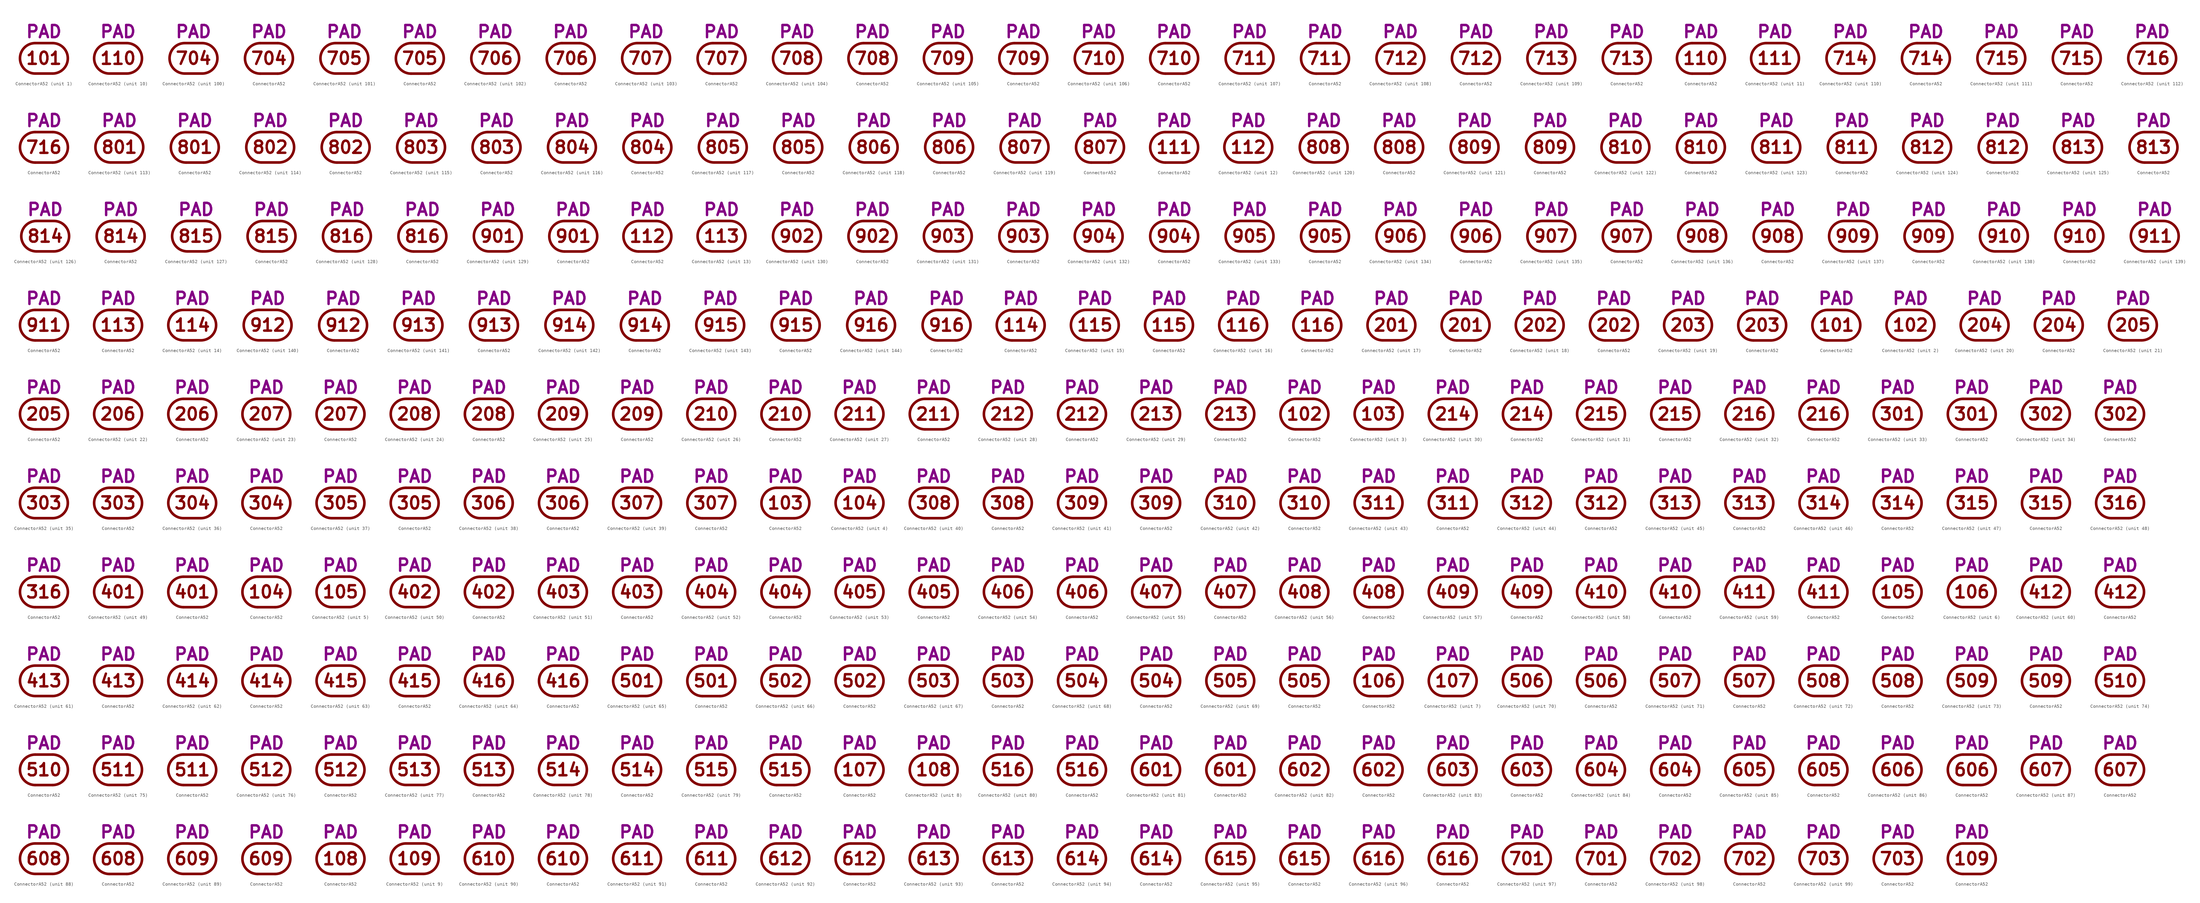
<source format=kicad_sym>
(kicad_symbol_lib
  (version 20211014)
  (generator kicad_symbol_editor)
  (symbol "ConnectorA52"
    (pin_numbers hide)
    (pin_names
      (offset 0) hide)
    (property "Reference" "J"
      (at 0 8.255 0)
      (effects (font (size 3.556 3.556)) hide))
    (property "Caption" "PAD"
      (at 0 5.715 0)
      (effects (font (size 3.556 3.556) bold) (justify bottom)))
    (property "ki_locked" ""
      (at 0 0 0)
      (effects (font (size 1.27 1.27))))
    (symbol "ConnectorA52_0_0"
      (arc (start -2.54 4.445) (mid -6.985 0) (end -2.54 -4.445) (stroke (width 0.762) (type default) (color 0 0 0 0)) (fill (type none)))
      (polyline (pts (xy -2.54 -4.445) (xy 2.54 -4.445)) (stroke (width 0.762) (type default) (color 0 0 0 0)) (fill (type none)))
      (polyline (pts (xy -2.54 4.445) (xy 2.54 4.445)) (stroke (width 0.762) (type default) (color 0 0 0 0)) (fill (type none)))
      (arc (start 2.54 -4.445) (mid 6.985 0) (end 2.54 4.445) (stroke (width 0.762) (type default) (color 0 0 0 0)) (fill (type none))))
    (symbol "ConnectorA52_1_0"
      (text "101" (at 0 0 0) (effects (font (size 3.556 3.556) bold))))
    (symbol "ConnectorA52_1_1"
      (pin passive line (at 6.985 0 180) (length 0) (name "101" (effects (font (size 3.556 3.556)))) (number "101" (effects (font (size 3.556 3.556))))))
    (symbol "ConnectorA52_1_2"
      (pin passive line (at 0 4.445 270) (length 0) (name "101" (effects (font (size 3.556 3.556)))) (number "101" (effects (font (size 3.556 3.556))))))
    (symbol "ConnectorA52_2_0"
      (text "102" (at 0 0 0) (effects (font (size 3.556 3.556) bold))))
    (symbol "ConnectorA52_2_1"
      (pin passive line (at 6.985 0 180) (length 0) (name "102" (effects (font (size 3.556 3.556)))) (number "102" (effects (font (size 3.556 3.556))))))
    (symbol "ConnectorA52_2_2"
      (pin passive line (at 0 4.445 270) (length 0) (name "102" (effects (font (size 3.556 3.556)))) (number "102" (effects (font (size 3.556 3.556))))))
    (symbol "ConnectorA52_3_0"
      (text "103" (at 0 0 0) (effects (font (size 3.556 3.556) bold))))
    (symbol "ConnectorA52_3_1"
      (pin passive line (at 6.985 0 180) (length 0) (name "103" (effects (font (size 3.556 3.556)))) (number "103" (effects (font (size 3.556 3.556))))))
    (symbol "ConnectorA52_3_2"
      (pin passive line (at 0 4.445 270) (length 0) (name "103" (effects (font (size 3.556 3.556)))) (number "103" (effects (font (size 3.556 3.556))))))
    (symbol "ConnectorA52_4_0"
      (text "104" (at 0 0 0) (effects (font (size 3.556 3.556) bold))))
    (symbol "ConnectorA52_4_1"
      (pin passive line (at 6.985 0 180) (length 0) (name "104" (effects (font (size 3.556 3.556)))) (number "104" (effects (font (size 3.556 3.556))))))
    (symbol "ConnectorA52_4_2"
      (pin passive line (at 0 4.445 270) (length 0) (name "104" (effects (font (size 3.556 3.556)))) (number "104" (effects (font (size 3.556 3.556))))))
    (symbol "ConnectorA52_5_0"
      (text "105" (at 0 0 0) (effects (font (size 3.556 3.556) bold))))
    (symbol "ConnectorA52_5_1"
      (pin passive line (at 6.985 0 180) (length 0) (name "105" (effects (font (size 3.556 3.556)))) (number "105" (effects (font (size 3.556 3.556))))))
    (symbol "ConnectorA52_5_2"
      (pin passive line (at 0 4.445 270) (length 0) (name "105" (effects (font (size 3.556 3.556)))) (number "105" (effects (font (size 3.556 3.556))))))
    (symbol "ConnectorA52_6_0"
      (text "106" (at 0 0 0) (effects (font (size 3.556 3.556) bold))))
    (symbol "ConnectorA52_6_1"
      (pin passive line (at 6.985 0 180) (length 0) (name "106" (effects (font (size 3.556 3.556)))) (number "106" (effects (font (size 3.556 3.556))))))
    (symbol "ConnectorA52_6_2"
      (pin passive line (at 0 4.445 270) (length 0) (name "106" (effects (font (size 3.556 3.556)))) (number "106" (effects (font (size 3.556 3.556))))))
    (symbol "ConnectorA52_7_0"
      (text "107" (at 0 0 0) (effects (font (size 3.556 3.556) bold))))
    (symbol "ConnectorA52_7_1"
      (pin passive line (at 6.985 0 180) (length 0) (name "107" (effects (font (size 3.556 3.556)))) (number "107" (effects (font (size 3.556 3.556))))))
    (symbol "ConnectorA52_7_2"
      (pin passive line (at 0 4.445 270) (length 0) (name "107" (effects (font (size 3.556 3.556)))) (number "107" (effects (font (size 3.556 3.556))))))
    (symbol "ConnectorA52_8_0"
      (text "108" (at 0 0 0) (effects (font (size 3.556 3.556) bold))))
    (symbol "ConnectorA52_8_1"
      (pin passive line (at 6.985 0 180) (length 0) (name "108" (effects (font (size 3.556 3.556)))) (number "108" (effects (font (size 3.556 3.556))))))
    (symbol "ConnectorA52_8_2"
      (pin passive line (at 0 4.445 270) (length 0) (name "108" (effects (font (size 3.556 3.556)))) (number "108" (effects (font (size 3.556 3.556))))))
    (symbol "ConnectorA52_9_0"
      (text "109" (at 0 0 0) (effects (font (size 3.556 3.556) bold))))
    (symbol "ConnectorA52_9_1"
      (pin passive line (at 6.985 0 180) (length 0) (name "109" (effects (font (size 3.556 3.556)))) (number "109" (effects (font (size 3.556 3.556))))))
    (symbol "ConnectorA52_9_2"
      (pin passive line (at 0 4.445 270) (length 0) (name "109" (effects (font (size 3.556 3.556)))) (number "109" (effects (font (size 3.556 3.556))))))
    (symbol "ConnectorA52_10_0"
      (text "110" (at 0 0 0) (effects (font (size 3.556 3.556) bold))))
    (symbol "ConnectorA52_10_1"
      (pin passive line (at 6.985 0 180) (length 0) (name "110" (effects (font (size 3.556 3.556)))) (number "110" (effects (font (size 3.556 3.556))))))
    (symbol "ConnectorA52_10_2"
      (pin passive line (at 0 4.445 270) (length 0) (name "110" (effects (font (size 3.556 3.556)))) (number "110" (effects (font (size 3.556 3.556))))))
    (symbol "ConnectorA52_11_0"
      (text "111" (at 0 0 0) (effects (font (size 3.556 3.556) bold))))
    (symbol "ConnectorA52_11_1"
      (pin passive line (at 6.985 0 180) (length 0) (name "111" (effects (font (size 3.556 3.556)))) (number "111" (effects (font (size 3.556 3.556))))))
    (symbol "ConnectorA52_11_2"
      (pin passive line (at 0 4.445 270) (length 0) (name "111" (effects (font (size 3.556 3.556)))) (number "111" (effects (font (size 3.556 3.556))))))
    (symbol "ConnectorA52_12_0"
      (text "112" (at 0 0 0) (effects (font (size 3.556 3.556) bold))))
    (symbol "ConnectorA52_12_1"
      (pin passive line (at 6.985 0 180) (length 0) (name "112" (effects (font (size 3.556 3.556)))) (number "112" (effects (font (size 3.556 3.556))))))
    (symbol "ConnectorA52_12_2"
      (pin passive line (at 0 4.445 270) (length 0) (name "112" (effects (font (size 3.556 3.556)))) (number "112" (effects (font (size 3.556 3.556))))))
    (symbol "ConnectorA52_13_0"
      (text "113" (at 0 0 0) (effects (font (size 3.556 3.556) bold))))
    (symbol "ConnectorA52_13_1"
      (pin passive line (at 6.985 0 180) (length 0) (name "113" (effects (font (size 3.556 3.556)))) (number "113" (effects (font (size 3.556 3.556))))))
    (symbol "ConnectorA52_13_2"
      (pin passive line (at 0 4.445 270) (length 0) (name "113" (effects (font (size 3.556 3.556)))) (number "113" (effects (font (size 3.556 3.556))))))
    (symbol "ConnectorA52_14_0"
      (text "114" (at 0 0 0) (effects (font (size 3.556 3.556) bold))))
    (symbol "ConnectorA52_14_1"
      (pin passive line (at 6.985 0 180) (length 0) (name "114" (effects (font (size 3.556 3.556)))) (number "114" (effects (font (size 3.556 3.556))))))
    (symbol "ConnectorA52_14_2"
      (pin passive line (at 0 4.445 270) (length 0) (name "114" (effects (font (size 3.556 3.556)))) (number "114" (effects (font (size 3.556 3.556))))))
    (symbol "ConnectorA52_15_0"
      (text "115" (at 0 0 0) (effects (font (size 3.556 3.556) bold))))
    (symbol "ConnectorA52_15_1"
      (pin passive line (at 6.985 0 180) (length 0) (name "115" (effects (font (size 3.556 3.556)))) (number "115" (effects (font (size 3.556 3.556))))))
    (symbol "ConnectorA52_15_2"
      (pin passive line (at 0 4.445 270) (length 0) (name "115" (effects (font (size 3.556 3.556)))) (number "115" (effects (font (size 3.556 3.556))))))
    (symbol "ConnectorA52_16_0"
      (text "116" (at 0 0 0) (effects (font (size 3.556 3.556) bold))))
    (symbol "ConnectorA52_16_1"
      (pin passive line (at 6.985 0 180) (length 0) (name "116" (effects (font (size 3.556 3.556)))) (number "116" (effects (font (size 3.556 3.556))))))
    (symbol "ConnectorA52_16_2"
      (pin passive line (at 0 4.445 270) (length 0) (name "116" (effects (font (size 3.556 3.556)))) (number "116" (effects (font (size 3.556 3.556))))))
    (symbol "ConnectorA52_17_0"
      (text "201" (at 0 0 0) (effects (font (size 3.556 3.556) bold))))
    (symbol "ConnectorA52_17_1"
      (pin passive line (at 6.985 0 180) (length 0) (name "201" (effects (font (size 3.556 3.556)))) (number "201" (effects (font (size 3.556 3.556))))))
    (symbol "ConnectorA52_17_2"
      (pin passive line (at 0 4.445 270) (length 0) (name "201" (effects (font (size 3.556 3.556)))) (number "201" (effects (font (size 3.556 3.556))))))
    (symbol "ConnectorA52_18_0"
      (text "202" (at 0 0 0) (effects (font (size 3.556 3.556) bold))))
    (symbol "ConnectorA52_18_1"
      (pin passive line (at 6.985 0 180) (length 0) (name "202" (effects (font (size 3.556 3.556)))) (number "202" (effects (font (size 3.556 3.556))))))
    (symbol "ConnectorA52_18_2"
      (pin passive line (at 0 4.445 270) (length 0) (name "202" (effects (font (size 3.556 3.556)))) (number "202" (effects (font (size 3.556 3.556))))))
    (symbol "ConnectorA52_19_0"
      (text "203" (at 0 0 0) (effects (font (size 3.556 3.556) bold))))
    (symbol "ConnectorA52_19_1"
      (pin passive line (at 6.985 0 180) (length 0) (name "203" (effects (font (size 3.556 3.556)))) (number "203" (effects (font (size 3.556 3.556))))))
    (symbol "ConnectorA52_19_2"
      (pin passive line (at 0 4.445 270) (length 0) (name "203" (effects (font (size 3.556 3.556)))) (number "203" (effects (font (size 3.556 3.556))))))
    (symbol "ConnectorA52_20_0"
      (text "204" (at 0 0 0) (effects (font (size 3.556 3.556) bold))))
    (symbol "ConnectorA52_20_1"
      (pin passive line (at 6.985 0 180) (length 0) (name "204" (effects (font (size 3.556 3.556)))) (number "204" (effects (font (size 3.556 3.556))))))
    (symbol "ConnectorA52_20_2"
      (pin passive line (at 0 4.445 270) (length 0) (name "204" (effects (font (size 3.556 3.556)))) (number "204" (effects (font (size 3.556 3.556))))))
    (symbol "ConnectorA52_21_0"
      (text "205" (at 0 0 0) (effects (font (size 3.556 3.556) bold))))
    (symbol "ConnectorA52_21_1"
      (pin passive line (at 6.985 0 180) (length 0) (name "205" (effects (font (size 3.556 3.556)))) (number "205" (effects (font (size 3.556 3.556))))))
    (symbol "ConnectorA52_21_2"
      (pin passive line (at 0 4.445 270) (length 0) (name "205" (effects (font (size 3.556 3.556)))) (number "205" (effects (font (size 3.556 3.556))))))
    (symbol "ConnectorA52_22_0"
      (text "206" (at 0 0 0) (effects (font (size 3.556 3.556) bold))))
    (symbol "ConnectorA52_22_1"
      (pin passive line (at 6.985 0 180) (length 0) (name "206" (effects (font (size 3.556 3.556)))) (number "206" (effects (font (size 3.556 3.556))))))
    (symbol "ConnectorA52_22_2"
      (pin passive line (at 0 4.445 270) (length 0) (name "206" (effects (font (size 3.556 3.556)))) (number "206" (effects (font (size 3.556 3.556))))))
    (symbol "ConnectorA52_23_0"
      (text "207" (at 0 0 0) (effects (font (size 3.556 3.556) bold))))
    (symbol "ConnectorA52_23_1"
      (pin passive line (at 6.985 0 180) (length 0) (name "207" (effects (font (size 3.556 3.556)))) (number "207" (effects (font (size 3.556 3.556))))))
    (symbol "ConnectorA52_23_2"
      (pin passive line (at 0 4.445 270) (length 0) (name "207" (effects (font (size 3.556 3.556)))) (number "207" (effects (font (size 3.556 3.556))))))
    (symbol "ConnectorA52_24_0"
      (text "208" (at 0 0 0) (effects (font (size 3.556 3.556) bold))))
    (symbol "ConnectorA52_24_1"
      (pin passive line (at 6.985 0 180) (length 0) (name "208" (effects (font (size 3.556 3.556)))) (number "208" (effects (font (size 3.556 3.556))))))
    (symbol "ConnectorA52_24_2"
      (pin passive line (at 0 4.445 270) (length 0) (name "208" (effects (font (size 3.556 3.556)))) (number "208" (effects (font (size 3.556 3.556))))))
    (symbol "ConnectorA52_25_0"
      (text "209" (at 0 0 0) (effects (font (size 3.556 3.556) bold))))
    (symbol "ConnectorA52_25_1"
      (pin passive line (at 6.985 0 180) (length 0) (name "209" (effects (font (size 3.556 3.556)))) (number "209" (effects (font (size 3.556 3.556))))))
    (symbol "ConnectorA52_25_2"
      (pin passive line (at 0 4.445 270) (length 0) (name "209" (effects (font (size 3.556 3.556)))) (number "209" (effects (font (size 3.556 3.556))))))
    (symbol "ConnectorA52_26_0"
      (text "210" (at 0 0 0) (effects (font (size 3.556 3.556) bold))))
    (symbol "ConnectorA52_26_1"
      (pin passive line (at 6.985 0 180) (length 0) (name "210" (effects (font (size 3.556 3.556)))) (number "210" (effects (font (size 3.556 3.556))))))
    (symbol "ConnectorA52_26_2"
      (pin passive line (at 0 4.445 270) (length 0) (name "210" (effects (font (size 3.556 3.556)))) (number "210" (effects (font (size 3.556 3.556))))))
    (symbol "ConnectorA52_27_0"
      (text "211" (at 0 0 0) (effects (font (size 3.556 3.556) bold))))
    (symbol "ConnectorA52_27_1"
      (pin passive line (at 6.985 0 180) (length 0) (name "211" (effects (font (size 3.556 3.556)))) (number "211" (effects (font (size 3.556 3.556))))))
    (symbol "ConnectorA52_27_2"
      (pin passive line (at 0 4.445 270) (length 0) (name "211" (effects (font (size 3.556 3.556)))) (number "211" (effects (font (size 3.556 3.556))))))
    (symbol "ConnectorA52_28_0"
      (text "212" (at 0 0 0) (effects (font (size 3.556 3.556) bold))))
    (symbol "ConnectorA52_28_1"
      (pin passive line (at 6.985 0 180) (length 0) (name "212" (effects (font (size 3.556 3.556)))) (number "212" (effects (font (size 3.556 3.556))))))
    (symbol "ConnectorA52_28_2"
      (pin passive line (at 0 4.445 270) (length 0) (name "212" (effects (font (size 3.556 3.556)))) (number "212" (effects (font (size 3.556 3.556))))))
    (symbol "ConnectorA52_29_0"
      (text "213" (at 0 0 0) (effects (font (size 3.556 3.556) bold))))
    (symbol "ConnectorA52_29_1"
      (pin passive line (at 6.985 0 180) (length 0) (name "213" (effects (font (size 3.556 3.556)))) (number "213" (effects (font (size 3.556 3.556))))))
    (symbol "ConnectorA52_29_2"
      (pin passive line (at 0 4.445 270) (length 0) (name "213" (effects (font (size 3.556 3.556)))) (number "213" (effects (font (size 3.556 3.556))))))
    (symbol "ConnectorA52_30_0"
      (text "214" (at 0 0 0) (effects (font (size 3.556 3.556) bold))))
    (symbol "ConnectorA52_30_1"
      (pin passive line (at 6.985 0 180) (length 0) (name "214" (effects (font (size 3.556 3.556)))) (number "214" (effects (font (size 3.556 3.556))))))
    (symbol "ConnectorA52_30_2"
      (pin passive line (at 0 4.445 270) (length 0) (name "214" (effects (font (size 3.556 3.556)))) (number "214" (effects (font (size 3.556 3.556))))))
    (symbol "ConnectorA52_31_0"
      (text "215" (at 0 0 0) (effects (font (size 3.556 3.556) bold))))
    (symbol "ConnectorA52_31_1"
      (pin passive line (at 6.985 0 180) (length 0) (name "215" (effects (font (size 3.556 3.556)))) (number "215" (effects (font (size 3.556 3.556))))))
    (symbol "ConnectorA52_31_2"
      (pin passive line (at 0 4.445 270) (length 0) (name "215" (effects (font (size 3.556 3.556)))) (number "215" (effects (font (size 3.556 3.556))))))
    (symbol "ConnectorA52_32_0"
      (text "216" (at 0 0 0) (effects (font (size 3.556 3.556) bold))))
    (symbol "ConnectorA52_32_1"
      (pin passive line (at 6.985 0 180) (length 0) (name "216" (effects (font (size 3.556 3.556)))) (number "216" (effects (font (size 3.556 3.556))))))
    (symbol "ConnectorA52_32_2"
      (pin passive line (at 0 4.445 270) (length 0) (name "216" (effects (font (size 3.556 3.556)))) (number "216" (effects (font (size 3.556 3.556))))))
    (symbol "ConnectorA52_33_0"
      (text "301" (at 0 0 0) (effects (font (size 3.556 3.556) bold))))
    (symbol "ConnectorA52_33_1"
      (pin passive line (at 6.985 0 180) (length 0) (name "301" (effects (font (size 3.556 3.556)))) (number "301" (effects (font (size 3.556 3.556))))))
    (symbol "ConnectorA52_33_2"
      (pin passive line (at 0 4.445 270) (length 0) (name "301" (effects (font (size 3.556 3.556)))) (number "301" (effects (font (size 3.556 3.556))))))
    (symbol "ConnectorA52_34_0"
      (text "302" (at 0 0 0) (effects (font (size 3.556 3.556) bold))))
    (symbol "ConnectorA52_34_1"
      (pin passive line (at 6.985 0 180) (length 0) (name "302" (effects (font (size 3.556 3.556)))) (number "302" (effects (font (size 3.556 3.556))))))
    (symbol "ConnectorA52_34_2"
      (pin passive line (at 0 4.445 270) (length 0) (name "302" (effects (font (size 3.556 3.556)))) (number "302" (effects (font (size 3.556 3.556))))))
    (symbol "ConnectorA52_35_0"
      (text "303" (at 0 0 0) (effects (font (size 3.556 3.556) bold))))
    (symbol "ConnectorA52_35_1"
      (pin passive line (at 6.985 0 180) (length 0) (name "303" (effects (font (size 3.556 3.556)))) (number "303" (effects (font (size 3.556 3.556))))))
    (symbol "ConnectorA52_35_2"
      (pin passive line (at 0 4.445 270) (length 0) (name "303" (effects (font (size 3.556 3.556)))) (number "303" (effects (font (size 3.556 3.556))))))
    (symbol "ConnectorA52_36_0"
      (text "304" (at 0 0 0) (effects (font (size 3.556 3.556) bold))))
    (symbol "ConnectorA52_36_1"
      (pin passive line (at 6.985 0 180) (length 0) (name "304" (effects (font (size 3.556 3.556)))) (number "304" (effects (font (size 3.556 3.556))))))
    (symbol "ConnectorA52_36_2"
      (pin passive line (at 0 4.445 270) (length 0) (name "304" (effects (font (size 3.556 3.556)))) (number "304" (effects (font (size 3.556 3.556))))))
    (symbol "ConnectorA52_37_0"
      (text "305" (at 0 0 0) (effects (font (size 3.556 3.556) bold))))
    (symbol "ConnectorA52_37_1"
      (pin passive line (at 6.985 0 180) (length 0) (name "305" (effects (font (size 3.556 3.556)))) (number "305" (effects (font (size 3.556 3.556))))))
    (symbol "ConnectorA52_37_2"
      (pin passive line (at 0 4.445 270) (length 0) (name "305" (effects (font (size 3.556 3.556)))) (number "305" (effects (font (size 3.556 3.556))))))
    (symbol "ConnectorA52_38_0"
      (text "306" (at 0 0 0) (effects (font (size 3.556 3.556) bold))))
    (symbol "ConnectorA52_38_1"
      (pin passive line (at 6.985 0 180) (length 0) (name "306" (effects (font (size 3.556 3.556)))) (number "306" (effects (font (size 3.556 3.556))))))
    (symbol "ConnectorA52_38_2"
      (pin passive line (at 0 4.445 270) (length 0) (name "306" (effects (font (size 3.556 3.556)))) (number "306" (effects (font (size 3.556 3.556))))))
    (symbol "ConnectorA52_39_0"
      (text "307" (at 0 0 0) (effects (font (size 3.556 3.556) bold))))
    (symbol "ConnectorA52_39_1"
      (pin passive line (at 6.985 0 180) (length 0) (name "307" (effects (font (size 3.556 3.556)))) (number "307" (effects (font (size 3.556 3.556))))))
    (symbol "ConnectorA52_39_2"
      (pin passive line (at 0 4.445 270) (length 0) (name "307" (effects (font (size 3.556 3.556)))) (number "307" (effects (font (size 3.556 3.556))))))
    (symbol "ConnectorA52_40_0"
      (text "308" (at 0 0 0) (effects (font (size 3.556 3.556) bold))))
    (symbol "ConnectorA52_40_1"
      (pin passive line (at 6.985 0 180) (length 0) (name "308" (effects (font (size 3.556 3.556)))) (number "308" (effects (font (size 3.556 3.556))))))
    (symbol "ConnectorA52_40_2"
      (pin passive line (at 0 4.445 270) (length 0) (name "308" (effects (font (size 3.556 3.556)))) (number "308" (effects (font (size 3.556 3.556))))))
    (symbol "ConnectorA52_41_0"
      (text "309" (at 0 0 0) (effects (font (size 3.556 3.556) bold))))
    (symbol "ConnectorA52_41_1"
      (pin passive line (at 6.985 0 180) (length 0) (name "309" (effects (font (size 3.556 3.556)))) (number "309" (effects (font (size 3.556 3.556))))))
    (symbol "ConnectorA52_41_2"
      (pin passive line (at 0 4.445 270) (length 0) (name "309" (effects (font (size 3.556 3.556)))) (number "309" (effects (font (size 3.556 3.556))))))
    (symbol "ConnectorA52_42_0"
      (text "310" (at 0 0 0) (effects (font (size 3.556 3.556) bold))))
    (symbol "ConnectorA52_42_1"
      (pin passive line (at 6.985 0 180) (length 0) (name "310" (effects (font (size 3.556 3.556)))) (number "310" (effects (font (size 3.556 3.556))))))
    (symbol "ConnectorA52_42_2"
      (pin passive line (at 0 4.445 270) (length 0) (name "310" (effects (font (size 3.556 3.556)))) (number "310" (effects (font (size 3.556 3.556))))))
    (symbol "ConnectorA52_43_0"
      (text "311" (at 0 0 0) (effects (font (size 3.556 3.556) bold))))
    (symbol "ConnectorA52_43_1"
      (pin passive line (at 6.985 0 180) (length 0) (name "311" (effects (font (size 3.556 3.556)))) (number "311" (effects (font (size 3.556 3.556))))))
    (symbol "ConnectorA52_43_2"
      (pin passive line (at 0 4.445 270) (length 0) (name "311" (effects (font (size 3.556 3.556)))) (number "311" (effects (font (size 3.556 3.556))))))
    (symbol "ConnectorA52_44_0"
      (text "312" (at 0 0 0) (effects (font (size 3.556 3.556) bold))))
    (symbol "ConnectorA52_44_1"
      (pin passive line (at 6.985 0 180) (length 0) (name "312" (effects (font (size 3.556 3.556)))) (number "312" (effects (font (size 3.556 3.556))))))
    (symbol "ConnectorA52_44_2"
      (pin passive line (at 0 4.445 270) (length 0) (name "312" (effects (font (size 3.556 3.556)))) (number "312" (effects (font (size 3.556 3.556))))))
    (symbol "ConnectorA52_45_0"
      (text "313" (at 0 0 0) (effects (font (size 3.556 3.556) bold))))
    (symbol "ConnectorA52_45_1"
      (pin passive line (at 6.985 0 180) (length 0) (name "313" (effects (font (size 3.556 3.556)))) (number "313" (effects (font (size 3.556 3.556))))))
    (symbol "ConnectorA52_45_2"
      (pin passive line (at 0 4.445 270) (length 0) (name "313" (effects (font (size 3.556 3.556)))) (number "313" (effects (font (size 3.556 3.556))))))
    (symbol "ConnectorA52_46_0"
      (text "314" (at 0 0 0) (effects (font (size 3.556 3.556) bold))))
    (symbol "ConnectorA52_46_1"
      (pin passive line (at 6.985 0 180) (length 0) (name "314" (effects (font (size 3.556 3.556)))) (number "314" (effects (font (size 3.556 3.556))))))
    (symbol "ConnectorA52_46_2"
      (pin passive line (at 0 4.445 270) (length 0) (name "314" (effects (font (size 3.556 3.556)))) (number "314" (effects (font (size 3.556 3.556))))))
    (symbol "ConnectorA52_47_0"
      (text "315" (at 0 0 0) (effects (font (size 3.556 3.556) bold))))
    (symbol "ConnectorA52_47_1"
      (pin passive line (at 6.985 0 180) (length 0) (name "315" (effects (font (size 3.556 3.556)))) (number "315" (effects (font (size 3.556 3.556))))))
    (symbol "ConnectorA52_47_2"
      (pin passive line (at 0 4.445 270) (length 0) (name "315" (effects (font (size 3.556 3.556)))) (number "315" (effects (font (size 3.556 3.556))))))
    (symbol "ConnectorA52_48_0"
      (text "316" (at 0 0 0) (effects (font (size 3.556 3.556) bold))))
    (symbol "ConnectorA52_48_1"
      (pin passive line (at 6.985 0 180) (length 0) (name "316" (effects (font (size 3.556 3.556)))) (number "316" (effects (font (size 3.556 3.556))))))
    (symbol "ConnectorA52_48_2"
      (pin passive line (at 0 4.445 270) (length 0) (name "316" (effects (font (size 3.556 3.556)))) (number "316" (effects (font (size 3.556 3.556))))))
    (symbol "ConnectorA52_49_0"
      (text "401" (at 0 0 0) (effects (font (size 3.556 3.556) bold))))
    (symbol "ConnectorA52_49_1"
      (pin passive line (at 6.985 0 180) (length 0) (name "401" (effects (font (size 3.556 3.556)))) (number "401" (effects (font (size 3.556 3.556))))))
    (symbol "ConnectorA52_49_2"
      (pin passive line (at 0 4.445 270) (length 0) (name "401" (effects (font (size 3.556 3.556)))) (number "401" (effects (font (size 3.556 3.556))))))
    (symbol "ConnectorA52_50_0"
      (text "402" (at 0 0 0) (effects (font (size 3.556 3.556) bold))))
    (symbol "ConnectorA52_50_1"
      (pin passive line (at 6.985 0 180) (length 0) (name "402" (effects (font (size 3.556 3.556)))) (number "402" (effects (font (size 3.556 3.556))))))
    (symbol "ConnectorA52_50_2"
      (pin passive line (at 0 4.445 270) (length 0) (name "402" (effects (font (size 3.556 3.556)))) (number "402" (effects (font (size 3.556 3.556))))))
    (symbol "ConnectorA52_51_0"
      (text "403" (at 0 0 0) (effects (font (size 3.556 3.556) bold))))
    (symbol "ConnectorA52_51_1"
      (pin passive line (at 6.985 0 180) (length 0) (name "403" (effects (font (size 3.556 3.556)))) (number "403" (effects (font (size 3.556 3.556))))))
    (symbol "ConnectorA52_51_2"
      (pin passive line (at 0 4.445 270) (length 0) (name "403" (effects (font (size 3.556 3.556)))) (number "403" (effects (font (size 3.556 3.556))))))
    (symbol "ConnectorA52_52_0"
      (text "404" (at 0 0 0) (effects (font (size 3.556 3.556) bold))))
    (symbol "ConnectorA52_52_1"
      (pin passive line (at 6.985 0 180) (length 0) (name "404" (effects (font (size 3.556 3.556)))) (number "404" (effects (font (size 3.556 3.556))))))
    (symbol "ConnectorA52_52_2"
      (pin passive line (at 0 4.445 270) (length 0) (name "404" (effects (font (size 3.556 3.556)))) (number "404" (effects (font (size 3.556 3.556))))))
    (symbol "ConnectorA52_53_0"
      (text "405" (at 0 0 0) (effects (font (size 3.556 3.556) bold))))
    (symbol "ConnectorA52_53_1"
      (pin passive line (at 6.985 0 180) (length 0) (name "405" (effects (font (size 3.556 3.556)))) (number "405" (effects (font (size 3.556 3.556))))))
    (symbol "ConnectorA52_53_2"
      (pin passive line (at 0 4.445 270) (length 0) (name "405" (effects (font (size 3.556 3.556)))) (number "405" (effects (font (size 3.556 3.556))))))
    (symbol "ConnectorA52_54_0"
      (text "406" (at 0 0 0) (effects (font (size 3.556 3.556) bold))))
    (symbol "ConnectorA52_54_1"
      (pin passive line (at 6.985 0 180) (length 0) (name "406" (effects (font (size 3.556 3.556)))) (number "406" (effects (font (size 3.556 3.556))))))
    (symbol "ConnectorA52_54_2"
      (pin passive line (at 0 4.445 270) (length 0) (name "406" (effects (font (size 3.556 3.556)))) (number "406" (effects (font (size 3.556 3.556))))))
    (symbol "ConnectorA52_55_0"
      (text "407" (at 0 0 0) (effects (font (size 3.556 3.556) bold))))
    (symbol "ConnectorA52_55_1"
      (pin passive line (at 6.985 0 180) (length 0) (name "407" (effects (font (size 3.556 3.556)))) (number "407" (effects (font (size 3.556 3.556))))))
    (symbol "ConnectorA52_55_2"
      (pin passive line (at 0 4.445 270) (length 0) (name "407" (effects (font (size 3.556 3.556)))) (number "407" (effects (font (size 3.556 3.556))))))
    (symbol "ConnectorA52_56_0"
      (text "408" (at 0 0 0) (effects (font (size 3.556 3.556) bold))))
    (symbol "ConnectorA52_56_1"
      (pin passive line (at 6.985 0 180) (length 0) (name "408" (effects (font (size 3.556 3.556)))) (number "408" (effects (font (size 3.556 3.556))))))
    (symbol "ConnectorA52_56_2"
      (pin passive line (at 0 4.445 270) (length 0) (name "408" (effects (font (size 3.556 3.556)))) (number "408" (effects (font (size 3.556 3.556))))))
    (symbol "ConnectorA52_57_0"
      (text "409" (at 0 0 0) (effects (font (size 3.556 3.556) bold))))
    (symbol "ConnectorA52_57_1"
      (pin passive line (at 6.985 0 180) (length 0) (name "409" (effects (font (size 3.556 3.556)))) (number "409" (effects (font (size 3.556 3.556))))))
    (symbol "ConnectorA52_57_2"
      (pin passive line (at 0 4.445 270) (length 0) (name "409" (effects (font (size 3.556 3.556)))) (number "409" (effects (font (size 3.556 3.556))))))
    (symbol "ConnectorA52_58_0"
      (text "410" (at 0 0 0) (effects (font (size 3.556 3.556) bold))))
    (symbol "ConnectorA52_58_1"
      (pin passive line (at 6.985 0 180) (length 0) (name "410" (effects (font (size 3.556 3.556)))) (number "410" (effects (font (size 3.556 3.556))))))
    (symbol "ConnectorA52_58_2"
      (pin passive line (at 0 4.445 270) (length 0) (name "410" (effects (font (size 3.556 3.556)))) (number "410" (effects (font (size 3.556 3.556))))))
    (symbol "ConnectorA52_59_0"
      (text "411" (at 0 0 0) (effects (font (size 3.556 3.556) bold))))
    (symbol "ConnectorA52_59_1"
      (pin passive line (at 6.985 0 180) (length 0) (name "411" (effects (font (size 3.556 3.556)))) (number "411" (effects (font (size 3.556 3.556))))))
    (symbol "ConnectorA52_59_2"
      (pin passive line (at 0 4.445 270) (length 0) (name "411" (effects (font (size 3.556 3.556)))) (number "411" (effects (font (size 3.556 3.556))))))
    (symbol "ConnectorA52_60_0"
      (text "412" (at 0 0 0) (effects (font (size 3.556 3.556) bold))))
    (symbol "ConnectorA52_60_1"
      (pin passive line (at 6.985 0 180) (length 0) (name "412" (effects (font (size 3.556 3.556)))) (number "412" (effects (font (size 3.556 3.556))))))
    (symbol "ConnectorA52_60_2"
      (pin passive line (at 0 4.445 270) (length 0) (name "412" (effects (font (size 3.556 3.556)))) (number "412" (effects (font (size 3.556 3.556))))))
    (symbol "ConnectorA52_61_0"
      (text "413" (at 0 0 0) (effects (font (size 3.556 3.556) bold))))
    (symbol "ConnectorA52_61_1"
      (pin passive line (at 6.985 0 180) (length 0) (name "413" (effects (font (size 3.556 3.556)))) (number "413" (effects (font (size 3.556 3.556))))))
    (symbol "ConnectorA52_61_2"
      (pin passive line (at 0 4.445 270) (length 0) (name "413" (effects (font (size 3.556 3.556)))) (number "413" (effects (font (size 3.556 3.556))))))
    (symbol "ConnectorA52_62_0"
      (text "414" (at 0 0 0) (effects (font (size 3.556 3.556) bold))))
    (symbol "ConnectorA52_62_1"
      (pin passive line (at 6.985 0 180) (length 0) (name "414" (effects (font (size 3.556 3.556)))) (number "414" (effects (font (size 3.556 3.556))))))
    (symbol "ConnectorA52_62_2"
      (pin passive line (at 0 4.445 270) (length 0) (name "414" (effects (font (size 3.556 3.556)))) (number "414" (effects (font (size 3.556 3.556))))))
    (symbol "ConnectorA52_63_0"
      (text "415" (at 0 0 0) (effects (font (size 3.556 3.556) bold))))
    (symbol "ConnectorA52_63_1"
      (pin passive line (at 6.985 0 180) (length 0) (name "415" (effects (font (size 3.556 3.556)))) (number "415" (effects (font (size 3.556 3.556))))))
    (symbol "ConnectorA52_63_2"
      (pin passive line (at 0 4.445 270) (length 0) (name "415" (effects (font (size 3.556 3.556)))) (number "415" (effects (font (size 3.556 3.556))))))
    (symbol "ConnectorA52_64_0"
      (text "416" (at 0 0 0) (effects (font (size 3.556 3.556) bold))))
    (symbol "ConnectorA52_64_1"
      (pin passive line (at 6.985 0 180) (length 0) (name "416" (effects (font (size 3.556 3.556)))) (number "416" (effects (font (size 3.556 3.556))))))
    (symbol "ConnectorA52_64_2"
      (pin passive line (at 0 4.445 270) (length 0) (name "416" (effects (font (size 3.556 3.556)))) (number "416" (effects (font (size 3.556 3.556))))))
    (symbol "ConnectorA52_65_0"
      (text "501" (at 0 0 0) (effects (font (size 3.556 3.556) bold))))
    (symbol "ConnectorA52_65_1"
      (pin passive line (at 6.985 0 180) (length 0) (name "501" (effects (font (size 3.556 3.556)))) (number "501" (effects (font (size 3.556 3.556))))))
    (symbol "ConnectorA52_65_2"
      (pin passive line (at 0 4.445 270) (length 0) (name "501" (effects (font (size 3.556 3.556)))) (number "501" (effects (font (size 3.556 3.556))))))
    (symbol "ConnectorA52_66_0"
      (text "502" (at 0 0 0) (effects (font (size 3.556 3.556) bold))))
    (symbol "ConnectorA52_66_1"
      (pin passive line (at 6.985 0 180) (length 0) (name "502" (effects (font (size 3.556 3.556)))) (number "502" (effects (font (size 3.556 3.556))))))
    (symbol "ConnectorA52_66_2"
      (pin passive line (at 0 4.445 270) (length 0) (name "502" (effects (font (size 3.556 3.556)))) (number "502" (effects (font (size 3.556 3.556))))))
    (symbol "ConnectorA52_67_0"
      (text "503" (at 0 0 0) (effects (font (size 3.556 3.556) bold))))
    (symbol "ConnectorA52_67_1"
      (pin passive line (at 6.985 0 180) (length 0) (name "503" (effects (font (size 3.556 3.556)))) (number "503" (effects (font (size 3.556 3.556))))))
    (symbol "ConnectorA52_67_2"
      (pin passive line (at 0 4.445 270) (length 0) (name "503" (effects (font (size 3.556 3.556)))) (number "503" (effects (font (size 3.556 3.556))))))
    (symbol "ConnectorA52_68_0"
      (text "504" (at 0 0 0) (effects (font (size 3.556 3.556) bold))))
    (symbol "ConnectorA52_68_1"
      (pin passive line (at 6.985 0 180) (length 0) (name "504" (effects (font (size 3.556 3.556)))) (number "504" (effects (font (size 3.556 3.556))))))
    (symbol "ConnectorA52_68_2"
      (pin passive line (at 0 4.445 270) (length 0) (name "504" (effects (font (size 3.556 3.556)))) (number "504" (effects (font (size 3.556 3.556))))))
    (symbol "ConnectorA52_69_0"
      (text "505" (at 0 0 0) (effects (font (size 3.556 3.556) bold))))
    (symbol "ConnectorA52_69_1"
      (pin passive line (at 6.985 0 180) (length 0) (name "505" (effects (font (size 3.556 3.556)))) (number "505" (effects (font (size 3.556 3.556))))))
    (symbol "ConnectorA52_69_2"
      (pin passive line (at 0 4.445 270) (length 0) (name "505" (effects (font (size 3.556 3.556)))) (number "505" (effects (font (size 3.556 3.556))))))
    (symbol "ConnectorA52_70_0"
      (text "506" (at 0 0 0) (effects (font (size 3.556 3.556) bold))))
    (symbol "ConnectorA52_70_1"
      (pin passive line (at 6.985 0 180) (length 0) (name "506" (effects (font (size 3.556 3.556)))) (number "506" (effects (font (size 3.556 3.556))))))
    (symbol "ConnectorA52_70_2"
      (pin passive line (at 0 4.445 270) (length 0) (name "506" (effects (font (size 3.556 3.556)))) (number "506" (effects (font (size 3.556 3.556))))))
    (symbol "ConnectorA52_71_0"
      (text "507" (at 0 0 0) (effects (font (size 3.556 3.556) bold))))
    (symbol "ConnectorA52_71_1"
      (pin passive line (at 6.985 0 180) (length 0) (name "507" (effects (font (size 3.556 3.556)))) (number "507" (effects (font (size 3.556 3.556))))))
    (symbol "ConnectorA52_71_2"
      (pin passive line (at 0 4.445 270) (length 0) (name "507" (effects (font (size 3.556 3.556)))) (number "507" (effects (font (size 3.556 3.556))))))
    (symbol "ConnectorA52_72_0"
      (text "508" (at 0 0 0) (effects (font (size 3.556 3.556) bold))))
    (symbol "ConnectorA52_72_1"
      (pin passive line (at 6.985 0 180) (length 0) (name "508" (effects (font (size 3.556 3.556)))) (number "508" (effects (font (size 3.556 3.556))))))
    (symbol "ConnectorA52_72_2"
      (pin passive line (at 0 4.445 270) (length 0) (name "508" (effects (font (size 3.556 3.556)))) (number "508" (effects (font (size 3.556 3.556))))))
    (symbol "ConnectorA52_73_0"
      (text "509" (at 0 0 0) (effects (font (size 3.556 3.556) bold))))
    (symbol "ConnectorA52_73_1"
      (pin passive line (at 6.985 0 180) (length 0) (name "509" (effects (font (size 3.556 3.556)))) (number "509" (effects (font (size 3.556 3.556))))))
    (symbol "ConnectorA52_73_2"
      (pin passive line (at 0 4.445 270) (length 0) (name "509" (effects (font (size 3.556 3.556)))) (number "509" (effects (font (size 3.556 3.556))))))
    (symbol "ConnectorA52_74_0"
      (text "510" (at 0 0 0) (effects (font (size 3.556 3.556) bold))))
    (symbol "ConnectorA52_74_1"
      (pin passive line (at 6.985 0 180) (length 0) (name "510" (effects (font (size 3.556 3.556)))) (number "510" (effects (font (size 3.556 3.556))))))
    (symbol "ConnectorA52_74_2"
      (pin passive line (at 0 4.445 270) (length 0) (name "510" (effects (font (size 3.556 3.556)))) (number "510" (effects (font (size 3.556 3.556))))))
    (symbol "ConnectorA52_75_0"
      (text "511" (at 0 0 0) (effects (font (size 3.556 3.556) bold))))
    (symbol "ConnectorA52_75_1"
      (pin passive line (at 6.985 0 180) (length 0) (name "511" (effects (font (size 3.556 3.556)))) (number "511" (effects (font (size 3.556 3.556))))))
    (symbol "ConnectorA52_75_2"
      (pin passive line (at 0 4.445 270) (length 0) (name "511" (effects (font (size 3.556 3.556)))) (number "511" (effects (font (size 3.556 3.556))))))
    (symbol "ConnectorA52_76_0"
      (text "512" (at 0 0 0) (effects (font (size 3.556 3.556) bold))))
    (symbol "ConnectorA52_76_1"
      (pin passive line (at 6.985 0 180) (length 0) (name "512" (effects (font (size 3.556 3.556)))) (number "512" (effects (font (size 3.556 3.556))))))
    (symbol "ConnectorA52_76_2"
      (pin passive line (at 0 4.445 270) (length 0) (name "512" (effects (font (size 3.556 3.556)))) (number "512" (effects (font (size 3.556 3.556))))))
    (symbol "ConnectorA52_77_0"
      (text "513" (at 0 0 0) (effects (font (size 3.556 3.556) bold))))
    (symbol "ConnectorA52_77_1"
      (pin passive line (at 6.985 0 180) (length 0) (name "513" (effects (font (size 3.556 3.556)))) (number "513" (effects (font (size 3.556 3.556))))))
    (symbol "ConnectorA52_77_2"
      (pin passive line (at 0 4.445 270) (length 0) (name "513" (effects (font (size 3.556 3.556)))) (number "513" (effects (font (size 3.556 3.556))))))
    (symbol "ConnectorA52_78_0"
      (text "514" (at 0 0 0) (effects (font (size 3.556 3.556) bold))))
    (symbol "ConnectorA52_78_1"
      (pin passive line (at 6.985 0 180) (length 0) (name "514" (effects (font (size 3.556 3.556)))) (number "514" (effects (font (size 3.556 3.556))))))
    (symbol "ConnectorA52_78_2"
      (pin passive line (at 0 4.445 270) (length 0) (name "514" (effects (font (size 3.556 3.556)))) (number "514" (effects (font (size 3.556 3.556))))))
    (symbol "ConnectorA52_79_0"
      (text "515" (at 0 0 0) (effects (font (size 3.556 3.556) bold))))
    (symbol "ConnectorA52_79_1"
      (pin passive line (at 6.985 0 180) (length 0) (name "515" (effects (font (size 3.556 3.556)))) (number "515" (effects (font (size 3.556 3.556))))))
    (symbol "ConnectorA52_79_2"
      (pin passive line (at 0 4.445 270) (length 0) (name "515" (effects (font (size 3.556 3.556)))) (number "515" (effects (font (size 3.556 3.556))))))
    (symbol "ConnectorA52_80_0"
      (text "516" (at 0 0 0) (effects (font (size 3.556 3.556) bold))))
    (symbol "ConnectorA52_80_1"
      (pin passive line (at 6.985 0 180) (length 0) (name "516" (effects (font (size 3.556 3.556)))) (number "516" (effects (font (size 3.556 3.556))))))
    (symbol "ConnectorA52_80_2"
      (pin passive line (at 0 4.445 270) (length 0) (name "516" (effects (font (size 3.556 3.556)))) (number "516" (effects (font (size 3.556 3.556))))))
    (symbol "ConnectorA52_81_0"
      (text "601" (at 0 0 0) (effects (font (size 3.556 3.556) bold))))
    (symbol "ConnectorA52_81_1"
      (pin passive line (at 6.985 0 180) (length 0) (name "601" (effects (font (size 3.556 3.556)))) (number "601" (effects (font (size 3.556 3.556))))))
    (symbol "ConnectorA52_81_2"
      (pin passive line (at 0 4.445 270) (length 0) (name "601" (effects (font (size 3.556 3.556)))) (number "601" (effects (font (size 3.556 3.556))))))
    (symbol "ConnectorA52_82_0"
      (text "602" (at 0 0 0) (effects (font (size 3.556 3.556) bold))))
    (symbol "ConnectorA52_82_1"
      (pin passive line (at 6.985 0 180) (length 0) (name "602" (effects (font (size 3.556 3.556)))) (number "602" (effects (font (size 3.556 3.556))))))
    (symbol "ConnectorA52_82_2"
      (pin passive line (at 0 4.445 270) (length 0) (name "602" (effects (font (size 3.556 3.556)))) (number "602" (effects (font (size 3.556 3.556))))))
    (symbol "ConnectorA52_83_0"
      (text "603" (at 0 0 0) (effects (font (size 3.556 3.556) bold))))
    (symbol "ConnectorA52_83_1"
      (pin passive line (at 6.985 0 180) (length 0) (name "603" (effects (font (size 3.556 3.556)))) (number "603" (effects (font (size 3.556 3.556))))))
    (symbol "ConnectorA52_83_2"
      (pin passive line (at 0 4.445 270) (length 0) (name "603" (effects (font (size 3.556 3.556)))) (number "603" (effects (font (size 3.556 3.556))))))
    (symbol "ConnectorA52_84_0"
      (text "604" (at 0 0 0) (effects (font (size 3.556 3.556) bold))))
    (symbol "ConnectorA52_84_1"
      (pin passive line (at 6.985 0 180) (length 0) (name "604" (effects (font (size 3.556 3.556)))) (number "604" (effects (font (size 3.556 3.556))))))
    (symbol "ConnectorA52_84_2"
      (pin passive line (at 0 4.445 270) (length 0) (name "604" (effects (font (size 3.556 3.556)))) (number "604" (effects (font (size 3.556 3.556))))))
    (symbol "ConnectorA52_85_0"
      (text "605" (at 0 0 0) (effects (font (size 3.556 3.556) bold))))
    (symbol "ConnectorA52_85_1"
      (pin passive line (at 6.985 0 180) (length 0) (name "605" (effects (font (size 3.556 3.556)))) (number "605" (effects (font (size 3.556 3.556))))))
    (symbol "ConnectorA52_85_2"
      (pin passive line (at 0 4.445 270) (length 0) (name "605" (effects (font (size 3.556 3.556)))) (number "605" (effects (font (size 3.556 3.556))))))
    (symbol "ConnectorA52_86_0"
      (text "606" (at 0 0 0) (effects (font (size 3.556 3.556) bold))))
    (symbol "ConnectorA52_86_1"
      (pin passive line (at 6.985 0 180) (length 0) (name "606" (effects (font (size 3.556 3.556)))) (number "606" (effects (font (size 3.556 3.556))))))
    (symbol "ConnectorA52_86_2"
      (pin passive line (at 0 4.445 270) (length 0) (name "606" (effects (font (size 3.556 3.556)))) (number "606" (effects (font (size 3.556 3.556))))))
    (symbol "ConnectorA52_87_0"
      (text "607" (at 0 0 0) (effects (font (size 3.556 3.556) bold))))
    (symbol "ConnectorA52_87_1"
      (pin passive line (at 6.985 0 180) (length 0) (name "607" (effects (font (size 3.556 3.556)))) (number "607" (effects (font (size 3.556 3.556))))))
    (symbol "ConnectorA52_87_2"
      (pin passive line (at 0 4.445 270) (length 0) (name "607" (effects (font (size 3.556 3.556)))) (number "607" (effects (font (size 3.556 3.556))))))
    (symbol "ConnectorA52_88_0"
      (text "608" (at 0 0 0) (effects (font (size 3.556 3.556) bold))))
    (symbol "ConnectorA52_88_1"
      (pin passive line (at 6.985 0 180) (length 0) (name "608" (effects (font (size 3.556 3.556)))) (number "608" (effects (font (size 3.556 3.556))))))
    (symbol "ConnectorA52_88_2"
      (pin passive line (at 0 4.445 270) (length 0) (name "608" (effects (font (size 3.556 3.556)))) (number "608" (effects (font (size 3.556 3.556))))))
    (symbol "ConnectorA52_89_0"
      (text "609" (at 0 0 0) (effects (font (size 3.556 3.556) bold))))
    (symbol "ConnectorA52_89_1"
      (pin passive line (at 6.985 0 180) (length 0) (name "609" (effects (font (size 3.556 3.556)))) (number "609" (effects (font (size 3.556 3.556))))))
    (symbol "ConnectorA52_89_2"
      (pin passive line (at 0 4.445 270) (length 0) (name "609" (effects (font (size 3.556 3.556)))) (number "609" (effects (font (size 3.556 3.556))))))
    (symbol "ConnectorA52_90_0"
      (text "610" (at 0 0 0) (effects (font (size 3.556 3.556) bold))))
    (symbol "ConnectorA52_90_1"
      (pin passive line (at 6.985 0 180) (length 0) (name "610" (effects (font (size 3.556 3.556)))) (number "610" (effects (font (size 3.556 3.556))))))
    (symbol "ConnectorA52_90_2"
      (pin passive line (at 0 4.445 270) (length 0) (name "610" (effects (font (size 3.556 3.556)))) (number "610" (effects (font (size 3.556 3.556))))))
    (symbol "ConnectorA52_91_0"
      (text "611" (at 0 0 0) (effects (font (size 3.556 3.556) bold))))
    (symbol "ConnectorA52_91_1"
      (pin passive line (at 6.985 0 180) (length 0) (name "611" (effects (font (size 3.556 3.556)))) (number "611" (effects (font (size 3.556 3.556))))))
    (symbol "ConnectorA52_91_2"
      (pin passive line (at 0 4.445 270) (length 0) (name "611" (effects (font (size 3.556 3.556)))) (number "611" (effects (font (size 3.556 3.556))))))
    (symbol "ConnectorA52_92_0"
      (text "612" (at 0 0 0) (effects (font (size 3.556 3.556) bold))))
    (symbol "ConnectorA52_92_1"
      (pin passive line (at 6.985 0 180) (length 0) (name "612" (effects (font (size 3.556 3.556)))) (number "612" (effects (font (size 3.556 3.556))))))
    (symbol "ConnectorA52_92_2"
      (pin passive line (at 0 4.445 270) (length 0) (name "612" (effects (font (size 3.556 3.556)))) (number "612" (effects (font (size 3.556 3.556))))))
    (symbol "ConnectorA52_93_0"
      (text "613" (at 0 0 0) (effects (font (size 3.556 3.556) bold))))
    (symbol "ConnectorA52_93_1"
      (pin passive line (at 6.985 0 180) (length 0) (name "613" (effects (font (size 3.556 3.556)))) (number "613" (effects (font (size 3.556 3.556))))))
    (symbol "ConnectorA52_93_2"
      (pin passive line (at 0 4.445 270) (length 0) (name "613" (effects (font (size 3.556 3.556)))) (number "613" (effects (font (size 3.556 3.556))))))
    (symbol "ConnectorA52_94_0"
      (text "614" (at 0 0 0) (effects (font (size 3.556 3.556) bold))))
    (symbol "ConnectorA52_94_1"
      (pin passive line (at 6.985 0 180) (length 0) (name "614" (effects (font (size 3.556 3.556)))) (number "614" (effects (font (size 3.556 3.556))))))
    (symbol "ConnectorA52_94_2"
      (pin passive line (at 0 4.445 270) (length 0) (name "614" (effects (font (size 3.556 3.556)))) (number "614" (effects (font (size 3.556 3.556))))))
    (symbol "ConnectorA52_95_0"
      (text "615" (at 0 0 0) (effects (font (size 3.556 3.556) bold))))
    (symbol "ConnectorA52_95_1"
      (pin passive line (at 6.985 0 180) (length 0) (name "615" (effects (font (size 3.556 3.556)))) (number "615" (effects (font (size 3.556 3.556))))))
    (symbol "ConnectorA52_95_2"
      (pin passive line (at 0 4.445 270) (length 0) (name "615" (effects (font (size 3.556 3.556)))) (number "615" (effects (font (size 3.556 3.556))))))
    (symbol "ConnectorA52_96_0"
      (text "616" (at 0 0 0) (effects (font (size 3.556 3.556) bold))))
    (symbol "ConnectorA52_96_1"
      (pin passive line (at 6.985 0 180) (length 0) (name "616" (effects (font (size 3.556 3.556)))) (number "616" (effects (font (size 3.556 3.556))))))
    (symbol "ConnectorA52_96_2"
      (pin passive line (at 0 4.445 270) (length 0) (name "616" (effects (font (size 3.556 3.556)))) (number "616" (effects (font (size 3.556 3.556))))))
    (symbol "ConnectorA52_97_0"
      (text "701" (at 0 0 0) (effects (font (size 3.556 3.556) bold))))
    (symbol "ConnectorA52_97_1"
      (pin passive line (at 6.985 0 180) (length 0) (name "701" (effects (font (size 3.556 3.556)))) (number "701" (effects (font (size 3.556 3.556))))))
    (symbol "ConnectorA52_97_2"
      (pin passive line (at 0 4.445 270) (length 0) (name "701" (effects (font (size 3.556 3.556)))) (number "701" (effects (font (size 3.556 3.556))))))
    (symbol "ConnectorA52_98_0"
      (text "702" (at 0 0 0) (effects (font (size 3.556 3.556) bold))))
    (symbol "ConnectorA52_98_1"
      (pin passive line (at 6.985 0 180) (length 0) (name "702" (effects (font (size 3.556 3.556)))) (number "702" (effects (font (size 3.556 3.556))))))
    (symbol "ConnectorA52_98_2"
      (pin passive line (at 0 4.445 270) (length 0) (name "702" (effects (font (size 3.556 3.556)))) (number "702" (effects (font (size 3.556 3.556))))))
    (symbol "ConnectorA52_99_0"
      (text "703" (at 0 0 0) (effects (font (size 3.556 3.556) bold))))
    (symbol "ConnectorA52_99_1"
      (pin passive line (at 6.985 0 180) (length 0) (name "703" (effects (font (size 3.556 3.556)))) (number "703" (effects (font (size 3.556 3.556))))))
    (symbol "ConnectorA52_99_2"
      (pin passive line (at 0 4.445 270) (length 0) (name "703" (effects (font (size 3.556 3.556)))) (number "703" (effects (font (size 3.556 3.556))))))
    (symbol "ConnectorA52_100_0"
      (text "704" (at 0 0 0) (effects (font (size 3.556 3.556) bold))))
    (symbol "ConnectorA52_100_1"
      (pin passive line (at 6.985 0 180) (length 0) (name "704" (effects (font (size 3.556 3.556)))) (number "704" (effects (font (size 3.556 3.556))))))
    (symbol "ConnectorA52_100_2"
      (pin passive line (at 0 4.445 270) (length 0) (name "704" (effects (font (size 3.556 3.556)))) (number "704" (effects (font (size 3.556 3.556))))))
    (symbol "ConnectorA52_101_0"
      (text "705" (at 0 0 0) (effects (font (size 3.556 3.556) bold))))
    (symbol "ConnectorA52_101_1"
      (pin passive line (at 6.985 0 180) (length 0) (name "705" (effects (font (size 3.556 3.556)))) (number "705" (effects (font (size 3.556 3.556))))))
    (symbol "ConnectorA52_101_2"
      (pin passive line (at 0 4.445 270) (length 0) (name "705" (effects (font (size 3.556 3.556)))) (number "705" (effects (font (size 3.556 3.556))))))
    (symbol "ConnectorA52_102_0"
      (text "706" (at 0 0 0) (effects (font (size 3.556 3.556) bold))))
    (symbol "ConnectorA52_102_1"
      (pin passive line (at 6.985 0 180) (length 0) (name "706" (effects (font (size 3.556 3.556)))) (number "706" (effects (font (size 3.556 3.556))))))
    (symbol "ConnectorA52_102_2"
      (pin passive line (at 0 4.445 270) (length 0) (name "706" (effects (font (size 3.556 3.556)))) (number "706" (effects (font (size 3.556 3.556))))))
    (symbol "ConnectorA52_103_0"
      (text "707" (at 0 0 0) (effects (font (size 3.556 3.556) bold))))
    (symbol "ConnectorA52_103_1"
      (pin passive line (at 6.985 0 180) (length 0) (name "707" (effects (font (size 3.556 3.556)))) (number "707" (effects (font (size 3.556 3.556))))))
    (symbol "ConnectorA52_103_2"
      (pin passive line (at 0 4.445 270) (length 0) (name "707" (effects (font (size 3.556 3.556)))) (number "707" (effects (font (size 3.556 3.556))))))
    (symbol "ConnectorA52_104_0"
      (text "708" (at 0 0 0) (effects (font (size 3.556 3.556) bold))))
    (symbol "ConnectorA52_104_1"
      (pin passive line (at 6.985 0 180) (length 0) (name "708" (effects (font (size 3.556 3.556)))) (number "708" (effects (font (size 3.556 3.556))))))
    (symbol "ConnectorA52_104_2"
      (pin passive line (at 0 4.445 270) (length 0) (name "708" (effects (font (size 3.556 3.556)))) (number "708" (effects (font (size 3.556 3.556))))))
    (symbol "ConnectorA52_105_0"
      (text "709" (at 0 0 0) (effects (font (size 3.556 3.556) bold))))
    (symbol "ConnectorA52_105_1"
      (pin passive line (at 6.985 0 180) (length 0) (name "709" (effects (font (size 3.556 3.556)))) (number "709" (effects (font (size 3.556 3.556))))))
    (symbol "ConnectorA52_105_2"
      (pin passive line (at 0 4.445 270) (length 0) (name "709" (effects (font (size 3.556 3.556)))) (number "709" (effects (font (size 3.556 3.556))))))
    (symbol "ConnectorA52_106_0"
      (text "710" (at 0 0 0) (effects (font (size 3.556 3.556) bold))))
    (symbol "ConnectorA52_106_1"
      (pin passive line (at 6.985 0 180) (length 0) (name "710" (effects (font (size 3.556 3.556)))) (number "710" (effects (font (size 3.556 3.556))))))
    (symbol "ConnectorA52_106_2"
      (pin passive line (at 0 4.445 270) (length 0) (name "710" (effects (font (size 3.556 3.556)))) (number "710" (effects (font (size 3.556 3.556))))))
    (symbol "ConnectorA52_107_0"
      (text "711" (at 0 0 0) (effects (font (size 3.556 3.556) bold))))
    (symbol "ConnectorA52_107_1"
      (pin passive line (at 6.985 0 180) (length 0) (name "711" (effects (font (size 3.556 3.556)))) (number "711" (effects (font (size 3.556 3.556))))))
    (symbol "ConnectorA52_107_2"
      (pin passive line (at 0 4.445 270) (length 0) (name "711" (effects (font (size 3.556 3.556)))) (number "711" (effects (font (size 3.556 3.556))))))
    (symbol "ConnectorA52_108_0"
      (text "712" (at 0 0 0) (effects (font (size 3.556 3.556) bold))))
    (symbol "ConnectorA52_108_1"
      (pin passive line (at 6.985 0 180) (length 0) (name "712" (effects (font (size 3.556 3.556)))) (number "712" (effects (font (size 3.556 3.556))))))
    (symbol "ConnectorA52_108_2"
      (pin passive line (at 0 4.445 270) (length 0) (name "712" (effects (font (size 3.556 3.556)))) (number "712" (effects (font (size 3.556 3.556))))))
    (symbol "ConnectorA52_109_0"
      (text "713" (at 0 0 0) (effects (font (size 3.556 3.556) bold))))
    (symbol "ConnectorA52_109_1"
      (pin passive line (at 6.985 0 180) (length 0) (name "713" (effects (font (size 3.556 3.556)))) (number "713" (effects (font (size 3.556 3.556))))))
    (symbol "ConnectorA52_109_2"
      (pin passive line (at 0 4.445 270) (length 0) (name "713" (effects (font (size 3.556 3.556)))) (number "713" (effects (font (size 3.556 3.556))))))
    (symbol "ConnectorA52_110_0"
      (text "714" (at 0 0 0) (effects (font (size 3.556 3.556) bold))))
    (symbol "ConnectorA52_110_1"
      (pin passive line (at 6.985 0 180) (length 0) (name "714" (effects (font (size 3.556 3.556)))) (number "714" (effects (font (size 3.556 3.556))))))
    (symbol "ConnectorA52_110_2"
      (pin passive line (at 0 4.445 270) (length 0) (name "714" (effects (font (size 3.556 3.556)))) (number "714" (effects (font (size 3.556 3.556))))))
    (symbol "ConnectorA52_111_0"
      (text "715" (at 0 0 0) (effects (font (size 3.556 3.556) bold))))
    (symbol "ConnectorA52_111_1"
      (pin passive line (at 6.985 0 180) (length 0) (name "715" (effects (font (size 3.556 3.556)))) (number "715" (effects (font (size 3.556 3.556))))))
    (symbol "ConnectorA52_111_2"
      (pin passive line (at 0 4.445 270) (length 0) (name "715" (effects (font (size 3.556 3.556)))) (number "715" (effects (font (size 3.556 3.556))))))
    (symbol "ConnectorA52_112_0"
      (text "716" (at 0 0 0) (effects (font (size 3.556 3.556) bold))))
    (symbol "ConnectorA52_112_1"
      (pin passive line (at 6.985 0 180) (length 0) (name "716" (effects (font (size 3.556 3.556)))) (number "716" (effects (font (size 3.556 3.556))))))
    (symbol "ConnectorA52_112_2"
      (pin passive line (at 0 4.445 270) (length 0) (name "716" (effects (font (size 3.556 3.556)))) (number "716" (effects (font (size 3.556 3.556))))))
    (symbol "ConnectorA52_113_0"
      (text "801" (at 0 0 0) (effects (font (size 3.556 3.556) bold))))
    (symbol "ConnectorA52_113_1"
      (pin passive line (at 6.985 0 180) (length 0) (name "801" (effects (font (size 3.556 3.556)))) (number "801" (effects (font (size 3.556 3.556))))))
    (symbol "ConnectorA52_113_2"
      (pin passive line (at 0 4.445 270) (length 0) (name "801" (effects (font (size 3.556 3.556)))) (number "801" (effects (font (size 3.556 3.556))))))
    (symbol "ConnectorA52_114_0"
      (text "802" (at 0 0 0) (effects (font (size 3.556 3.556) bold))))
    (symbol "ConnectorA52_114_1"
      (pin passive line (at 6.985 0 180) (length 0) (name "802" (effects (font (size 3.556 3.556)))) (number "802" (effects (font (size 3.556 3.556))))))
    (symbol "ConnectorA52_114_2"
      (pin passive line (at 0 4.445 270) (length 0) (name "802" (effects (font (size 3.556 3.556)))) (number "802" (effects (font (size 3.556 3.556))))))
    (symbol "ConnectorA52_115_0"
      (text "803" (at 0 0 0) (effects (font (size 3.556 3.556) bold))))
    (symbol "ConnectorA52_115_1"
      (pin passive line (at 6.985 0 180) (length 0) (name "803" (effects (font (size 3.556 3.556)))) (number "803" (effects (font (size 3.556 3.556))))))
    (symbol "ConnectorA52_115_2"
      (pin passive line (at 0 4.445 270) (length 0) (name "803" (effects (font (size 3.556 3.556)))) (number "803" (effects (font (size 3.556 3.556))))))
    (symbol "ConnectorA52_116_0"
      (text "804" (at 0 0 0) (effects (font (size 3.556 3.556) bold))))
    (symbol "ConnectorA52_116_1"
      (pin passive line (at 6.985 0 180) (length 0) (name "804" (effects (font (size 3.556 3.556)))) (number "804" (effects (font (size 3.556 3.556))))))
    (symbol "ConnectorA52_116_2"
      (pin passive line (at 0 4.445 270) (length 0) (name "804" (effects (font (size 3.556 3.556)))) (number "804" (effects (font (size 3.556 3.556))))))
    (symbol "ConnectorA52_117_0"
      (text "805" (at 0 0 0) (effects (font (size 3.556 3.556) bold))))
    (symbol "ConnectorA52_117_1"
      (pin passive line (at 6.985 0 180) (length 0) (name "805" (effects (font (size 3.556 3.556)))) (number "805" (effects (font (size 3.556 3.556))))))
    (symbol "ConnectorA52_117_2"
      (pin passive line (at 0 4.445 270) (length 0) (name "805" (effects (font (size 3.556 3.556)))) (number "805" (effects (font (size 3.556 3.556))))))
    (symbol "ConnectorA52_118_0"
      (text "806" (at 0 0 0) (effects (font (size 3.556 3.556) bold))))
    (symbol "ConnectorA52_118_1"
      (pin passive line (at 6.985 0 180) (length 0) (name "806" (effects (font (size 3.556 3.556)))) (number "806" (effects (font (size 3.556 3.556))))))
    (symbol "ConnectorA52_118_2"
      (pin passive line (at 0 4.445 270) (length 0) (name "806" (effects (font (size 3.556 3.556)))) (number "806" (effects (font (size 3.556 3.556))))))
    (symbol "ConnectorA52_119_0"
      (text "807" (at 0 0 0) (effects (font (size 3.556 3.556) bold))))
    (symbol "ConnectorA52_119_1"
      (pin passive line (at 6.985 0 180) (length 0) (name "807" (effects (font (size 3.556 3.556)))) (number "807" (effects (font (size 3.556 3.556))))))
    (symbol "ConnectorA52_119_2"
      (pin passive line (at 0 4.445 270) (length 0) (name "807" (effects (font (size 3.556 3.556)))) (number "807" (effects (font (size 3.556 3.556))))))
    (symbol "ConnectorA52_120_0"
      (text "808" (at 0 0 0) (effects (font (size 3.556 3.556) bold))))
    (symbol "ConnectorA52_120_1"
      (pin passive line (at 6.985 0 180) (length 0) (name "808" (effects (font (size 3.556 3.556)))) (number "808" (effects (font (size 3.556 3.556))))))
    (symbol "ConnectorA52_120_2"
      (pin passive line (at 0 4.445 270) (length 0) (name "808" (effects (font (size 3.556 3.556)))) (number "808" (effects (font (size 3.556 3.556))))))
    (symbol "ConnectorA52_121_0"
      (text "809" (at 0 0 0) (effects (font (size 3.556 3.556) bold))))
    (symbol "ConnectorA52_121_1"
      (pin passive line (at 6.985 0 180) (length 0) (name "809" (effects (font (size 3.556 3.556)))) (number "809" (effects (font (size 3.556 3.556))))))
    (symbol "ConnectorA52_121_2"
      (pin passive line (at 0 4.445 270) (length 0) (name "809" (effects (font (size 3.556 3.556)))) (number "809" (effects (font (size 3.556 3.556))))))
    (symbol "ConnectorA52_122_0"
      (text "810" (at 0 0 0) (effects (font (size 3.556 3.556) bold))))
    (symbol "ConnectorA52_122_1"
      (pin passive line (at 6.985 0 180) (length 0) (name "810" (effects (font (size 3.556 3.556)))) (number "810" (effects (font (size 3.556 3.556))))))
    (symbol "ConnectorA52_122_2"
      (pin passive line (at 0 4.445 270) (length 0) (name "810" (effects (font (size 3.556 3.556)))) (number "810" (effects (font (size 3.556 3.556))))))
    (symbol "ConnectorA52_123_0"
      (text "811" (at 0 0 0) (effects (font (size 3.556 3.556) bold))))
    (symbol "ConnectorA52_123_1"
      (pin passive line (at 6.985 0 180) (length 0) (name "811" (effects (font (size 3.556 3.556)))) (number "811" (effects (font (size 3.556 3.556))))))
    (symbol "ConnectorA52_123_2"
      (pin passive line (at 0 4.445 270) (length 0) (name "811" (effects (font (size 3.556 3.556)))) (number "811" (effects (font (size 3.556 3.556))))))
    (symbol "ConnectorA52_124_0"
      (text "812" (at 0 0 0) (effects (font (size 3.556 3.556) bold))))
    (symbol "ConnectorA52_124_1"
      (pin passive line (at 6.985 0 180) (length 0) (name "812" (effects (font (size 3.556 3.556)))) (number "812" (effects (font (size 3.556 3.556))))))
    (symbol "ConnectorA52_124_2"
      (pin passive line (at 0 4.445 270) (length 0) (name "812" (effects (font (size 3.556 3.556)))) (number "812" (effects (font (size 3.556 3.556))))))
    (symbol "ConnectorA52_125_0"
      (text "813" (at 0 0 0) (effects (font (size 3.556 3.556) bold))))
    (symbol "ConnectorA52_125_1"
      (pin passive line (at 6.985 0 180) (length 0) (name "813" (effects (font (size 3.556 3.556)))) (number "813" (effects (font (size 3.556 3.556))))))
    (symbol "ConnectorA52_125_2"
      (pin passive line (at 0 4.445 270) (length 0) (name "813" (effects (font (size 3.556 3.556)))) (number "813" (effects (font (size 3.556 3.556))))))
    (symbol "ConnectorA52_126_0"
      (text "814" (at 0 0 0) (effects (font (size 3.556 3.556) bold))))
    (symbol "ConnectorA52_126_1"
      (pin passive line (at 6.985 0 180) (length 0) (name "814" (effects (font (size 3.556 3.556)))) (number "814" (effects (font (size 3.556 3.556))))))
    (symbol "ConnectorA52_126_2"
      (pin passive line (at 0 4.445 270) (length 0) (name "814" (effects (font (size 3.556 3.556)))) (number "814" (effects (font (size 3.556 3.556))))))
    (symbol "ConnectorA52_127_0"
      (text "815" (at 0 0 0) (effects (font (size 3.556 3.556) bold))))
    (symbol "ConnectorA52_127_1"
      (pin passive line (at 6.985 0 180) (length 0) (name "815" (effects (font (size 3.556 3.556)))) (number "815" (effects (font (size 3.556 3.556))))))
    (symbol "ConnectorA52_127_2"
      (pin passive line (at 0 4.445 270) (length 0) (name "815" (effects (font (size 3.556 3.556)))) (number "815" (effects (font (size 3.556 3.556))))))
    (symbol "ConnectorA52_128_0"
      (text "816" (at 0 0 0) (effects (font (size 3.556 3.556) bold))))
    (symbol "ConnectorA52_128_1"
      (pin passive line (at 6.985 0 180) (length 0) (name "816" (effects (font (size 3.556 3.556)))) (number "816" (effects (font (size 3.556 3.556))))))
    (symbol "ConnectorA52_128_2"
      (pin passive line (at 0 4.445 270) (length 0) (name "816" (effects (font (size 3.556 3.556)))) (number "816" (effects (font (size 3.556 3.556))))))
    (symbol "ConnectorA52_129_0"
      (text "901" (at 0 0 0) (effects (font (size 3.556 3.556) bold))))
    (symbol "ConnectorA52_129_1"
      (pin passive line (at 6.985 0 180) (length 0) (name "901" (effects (font (size 3.556 3.556)))) (number "901" (effects (font (size 3.556 3.556))))))
    (symbol "ConnectorA52_129_2"
      (pin passive line (at 0 4.445 270) (length 0) (name "901" (effects (font (size 3.556 3.556)))) (number "901" (effects (font (size 3.556 3.556))))))
    (symbol "ConnectorA52_130_0"
      (text "902" (at 0 0 0) (effects (font (size 3.556 3.556) bold))))
    (symbol "ConnectorA52_130_1"
      (pin passive line (at 6.985 0 180) (length 0) (name "902" (effects (font (size 3.556 3.556)))) (number "902" (effects (font (size 3.556 3.556))))))
    (symbol "ConnectorA52_130_2"
      (pin passive line (at 0 4.445 270) (length 0) (name "902" (effects (font (size 3.556 3.556)))) (number "902" (effects (font (size 3.556 3.556))))))
    (symbol "ConnectorA52_131_0"
      (text "903" (at 0 0 0) (effects (font (size 3.556 3.556) bold))))
    (symbol "ConnectorA52_131_1"
      (pin passive line (at 6.985 0 180) (length 0) (name "903" (effects (font (size 3.556 3.556)))) (number "903" (effects (font (size 3.556 3.556))))))
    (symbol "ConnectorA52_131_2"
      (pin passive line (at 0 4.445 270) (length 0) (name "903" (effects (font (size 3.556 3.556)))) (number "903" (effects (font (size 3.556 3.556))))))
    (symbol "ConnectorA52_132_0"
      (text "904" (at 0 0 0) (effects (font (size 3.556 3.556) bold))))
    (symbol "ConnectorA52_132_1"
      (pin passive line (at 6.985 0 180) (length 0) (name "904" (effects (font (size 3.556 3.556)))) (number "904" (effects (font (size 3.556 3.556))))))
    (symbol "ConnectorA52_132_2"
      (pin passive line (at 0 4.445 270) (length 0) (name "904" (effects (font (size 3.556 3.556)))) (number "904" (effects (font (size 3.556 3.556))))))
    (symbol "ConnectorA52_133_0"
      (text "905" (at 0 0 0) (effects (font (size 3.556 3.556) bold))))
    (symbol "ConnectorA52_133_1"
      (pin passive line (at 6.985 0 180) (length 0) (name "905" (effects (font (size 3.556 3.556)))) (number "905" (effects (font (size 3.556 3.556))))))
    (symbol "ConnectorA52_133_2"
      (pin passive line (at 0 4.445 270) (length 0) (name "905" (effects (font (size 3.556 3.556)))) (number "905" (effects (font (size 3.556 3.556))))))
    (symbol "ConnectorA52_134_0"
      (text "906" (at 0 0 0) (effects (font (size 3.556 3.556) bold))))
    (symbol "ConnectorA52_134_1"
      (pin passive line (at 6.985 0 180) (length 0) (name "906" (effects (font (size 3.556 3.556)))) (number "906" (effects (font (size 3.556 3.556))))))
    (symbol "ConnectorA52_134_2"
      (pin passive line (at 0 4.445 270) (length 0) (name "906" (effects (font (size 3.556 3.556)))) (number "906" (effects (font (size 3.556 3.556))))))
    (symbol "ConnectorA52_135_0"
      (text "907" (at 0 0 0) (effects (font (size 3.556 3.556) bold))))
    (symbol "ConnectorA52_135_1"
      (pin passive line (at 6.985 0 180) (length 0) (name "907" (effects (font (size 3.556 3.556)))) (number "907" (effects (font (size 3.556 3.556))))))
    (symbol "ConnectorA52_135_2"
      (pin passive line (at 0 4.445 270) (length 0) (name "907" (effects (font (size 3.556 3.556)))) (number "907" (effects (font (size 3.556 3.556))))))
    (symbol "ConnectorA52_136_0"
      (text "908" (at 0 0 0) (effects (font (size 3.556 3.556) bold))))
    (symbol "ConnectorA52_136_1"
      (pin passive line (at 6.985 0 180) (length 0) (name "908" (effects (font (size 3.556 3.556)))) (number "908" (effects (font (size 3.556 3.556))))))
    (symbol "ConnectorA52_136_2"
      (pin passive line (at 0 4.445 270) (length 0) (name "908" (effects (font (size 3.556 3.556)))) (number "908" (effects (font (size 3.556 3.556))))))
    (symbol "ConnectorA52_137_0"
      (text "909" (at 0 0 0) (effects (font (size 3.556 3.556) bold))))
    (symbol "ConnectorA52_137_1"
      (pin passive line (at 6.985 0 180) (length 0) (name "909" (effects (font (size 3.556 3.556)))) (number "909" (effects (font (size 3.556 3.556))))))
    (symbol "ConnectorA52_137_2"
      (pin passive line (at 0 4.445 270) (length 0) (name "909" (effects (font (size 3.556 3.556)))) (number "909" (effects (font (size 3.556 3.556))))))
    (symbol "ConnectorA52_138_0"
      (text "910" (at 0 0 0) (effects (font (size 3.556 3.556) bold))))
    (symbol "ConnectorA52_138_1"
      (pin passive line (at 6.985 0 180) (length 0) (name "910" (effects (font (size 3.556 3.556)))) (number "910" (effects (font (size 3.556 3.556))))))
    (symbol "ConnectorA52_138_2"
      (pin passive line (at 0 4.445 270) (length 0) (name "910" (effects (font (size 3.556 3.556)))) (number "910" (effects (font (size 3.556 3.556))))))
    (symbol "ConnectorA52_139_0"
      (text "911" (at 0 0 0) (effects (font (size 3.556 3.556) bold))))
    (symbol "ConnectorA52_139_1"
      (pin passive line (at 6.985 0 180) (length 0) (name "911" (effects (font (size 3.556 3.556)))) (number "911" (effects (font (size 3.556 3.556))))))
    (symbol "ConnectorA52_139_2"
      (pin passive line (at 0 4.445 270) (length 0) (name "911" (effects (font (size 3.556 3.556)))) (number "911" (effects (font (size 3.556 3.556))))))
    (symbol "ConnectorA52_140_0"
      (text "912" (at 0 0 0) (effects (font (size 3.556 3.556) bold))))
    (symbol "ConnectorA52_140_1"
      (pin passive line (at 6.985 0 180) (length 0) (name "912" (effects (font (size 3.556 3.556)))) (number "912" (effects (font (size 3.556 3.556))))))
    (symbol "ConnectorA52_140_2"
      (pin passive line (at 0 4.445 270) (length 0) (name "912" (effects (font (size 3.556 3.556)))) (number "912" (effects (font (size 3.556 3.556))))))
    (symbol "ConnectorA52_141_0"
      (text "913" (at 0 0 0) (effects (font (size 3.556 3.556) bold))))
    (symbol "ConnectorA52_141_1"
      (pin passive line (at 6.985 0 180) (length 0) (name "913" (effects (font (size 3.556 3.556)))) (number "913" (effects (font (size 3.556 3.556))))))
    (symbol "ConnectorA52_141_2"
      (pin passive line (at 0 4.445 270) (length 0) (name "913" (effects (font (size 3.556 3.556)))) (number "913" (effects (font (size 3.556 3.556))))))
    (symbol "ConnectorA52_142_0"
      (text "914" (at 0 0 0) (effects (font (size 3.556 3.556) bold))))
    (symbol "ConnectorA52_142_1"
      (pin passive line (at 6.985 0 180) (length 0) (name "914" (effects (font (size 3.556 3.556)))) (number "914" (effects (font (size 3.556 3.556))))))
    (symbol "ConnectorA52_142_2"
      (pin passive line (at 0 4.445 270) (length 0) (name "914" (effects (font (size 3.556 3.556)))) (number "914" (effects (font (size 3.556 3.556))))))
    (symbol "ConnectorA52_143_0"
      (text "915" (at 0 0 0) (effects (font (size 3.556 3.556) bold))))
    (symbol "ConnectorA52_143_1"
      (pin passive line (at 6.985 0 180) (length 0) (name "915" (effects (font (size 3.556 3.556)))) (number "915" (effects (font (size 3.556 3.556))))))
    (symbol "ConnectorA52_143_2"
      (pin passive line (at 0 4.445 270) (length 0) (name "915" (effects (font (size 3.556 3.556)))) (number "915" (effects (font (size 3.556 3.556))))))
    (symbol "ConnectorA52_144_0"
      (text "916" (at 0 0 0) (effects (font (size 3.556 3.556) bold))))
    (symbol "ConnectorA52_144_1"
      (pin passive line (at 6.985 0 180) (length 0) (name "916" (effects (font (size 3.556 3.556)))) (number "916" (effects (font (size 3.556 3.556))))))
    (symbol "ConnectorA52_144_2"
      (pin passive line (at 0 4.445 270) (length 0) (name "916" (effects (font (size 3.556 3.556)))) (number "916" (effects (font (size 3.556 3.556))))))))
</source>
